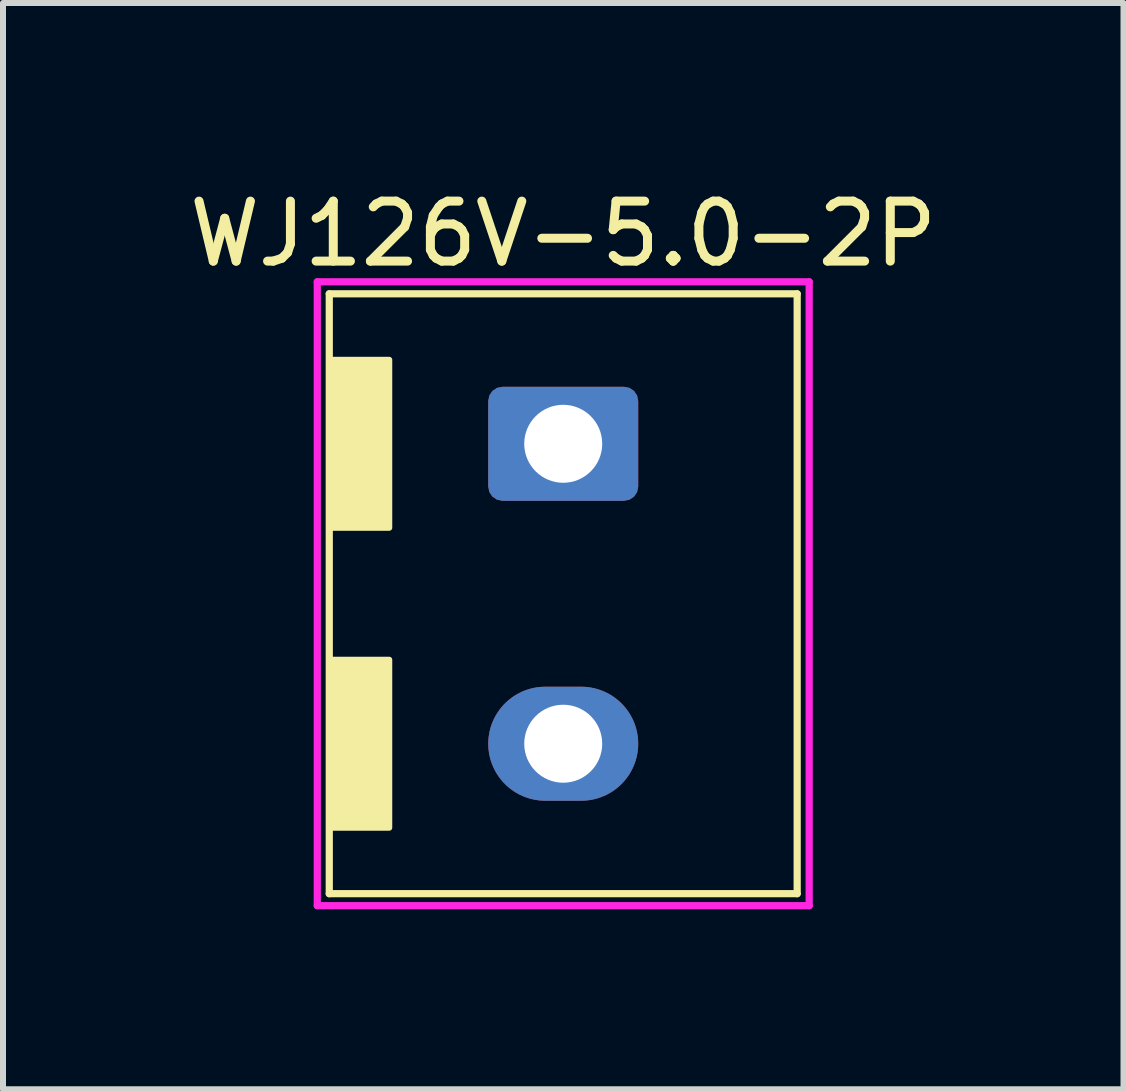
<source format=kicad_pcb>
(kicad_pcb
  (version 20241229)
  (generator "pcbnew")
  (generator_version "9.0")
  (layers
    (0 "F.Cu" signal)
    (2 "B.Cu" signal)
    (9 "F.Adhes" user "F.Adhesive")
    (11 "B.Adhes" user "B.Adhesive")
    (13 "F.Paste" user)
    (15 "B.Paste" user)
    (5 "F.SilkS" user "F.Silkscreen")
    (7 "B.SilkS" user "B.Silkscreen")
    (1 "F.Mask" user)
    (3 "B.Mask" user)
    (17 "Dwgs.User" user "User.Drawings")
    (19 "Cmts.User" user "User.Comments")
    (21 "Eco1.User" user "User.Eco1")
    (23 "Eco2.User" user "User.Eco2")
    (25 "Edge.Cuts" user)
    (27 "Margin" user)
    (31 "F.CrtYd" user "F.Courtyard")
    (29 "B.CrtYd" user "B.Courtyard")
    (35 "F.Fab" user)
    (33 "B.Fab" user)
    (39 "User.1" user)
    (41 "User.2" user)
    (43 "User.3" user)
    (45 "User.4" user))
  (footprint "WJ126V-5.0-2P"
    (layer "F.Cu")
    (at 6.339 6.848)
    (property "Reference" "WJ126V-5.0-2P" (at 0 -6 0) (layer "F.SilkS") (effects (font (size 1 1) (thickness 0.15))))
    (attr through_hole)
    (fp_line (start -3.9 -5) (end 3.9 -5) (stroke (width 0.12) (type solid)) (layer "F.SilkS"))
    (fp_line (start -3.9 5) (end -3.9 -5) (stroke (width 0.12) (type solid)) (layer "F.SilkS"))
    (fp_line (start 3.9 -5) (end 3.9 5) (stroke (width 0.12) (type solid)) (layer "F.SilkS"))
    (fp_line (start 3.9 5) (end -3.9 5) (stroke (width 0.12) (type solid)) (layer "F.SilkS"))
    (fp_poly (pts (xy -2.9 -1.1) (xy -3.9 -1.1) (xy -3.9 -3.9) (xy -2.9 -3.9)) (stroke (width 0.1) (type solid)) (fill yes) (layer "F.SilkS"))
    (fp_poly (pts (xy -2.9 3.9) (xy -3.9 3.9) (xy -3.9 1.1) (xy -2.9 1.1)) (stroke (width 0.1) (type solid)) (fill yes) (layer "F.SilkS"))
    (fp_line (start -4.1 -5.2) (end 4.1 -5.2) (stroke (width 0.12) (type solid)) (layer "F.CrtYd"))
    (fp_line (start -4.1 5.2) (end -4.1 -5.2) (stroke (width 0.12) (type solid)) (layer "F.CrtYd"))
    (fp_line (start 4.1 -5.2) (end 4.1 5.2) (stroke (width 0.12) (type solid)) (layer "F.CrtYd"))
    (fp_line (start 4.1 5.2) (end -4.1 5.2) (stroke (width 0.12) (type solid)) (layer "F.CrtYd"))
    (pad "1" thru_hole roundrect (at 0 -2.5 270) (size 1.9 2.5) (drill 1.3) (layers "*.Cu" "*.Mask") (roundrect_rratio 0.125))
    (pad "2" thru_hole oval (at 0 2.5 270) (size 1.9 2.5) (drill 1.3) (layers "*.Cu" "*.Mask")))
  (gr_rect
    (start -3 -3)
    (end 15.679 15.108)
    (stroke (width 0.1) (type default))
    (fill no)
    (layer "Edge.Cuts")))
</source>
